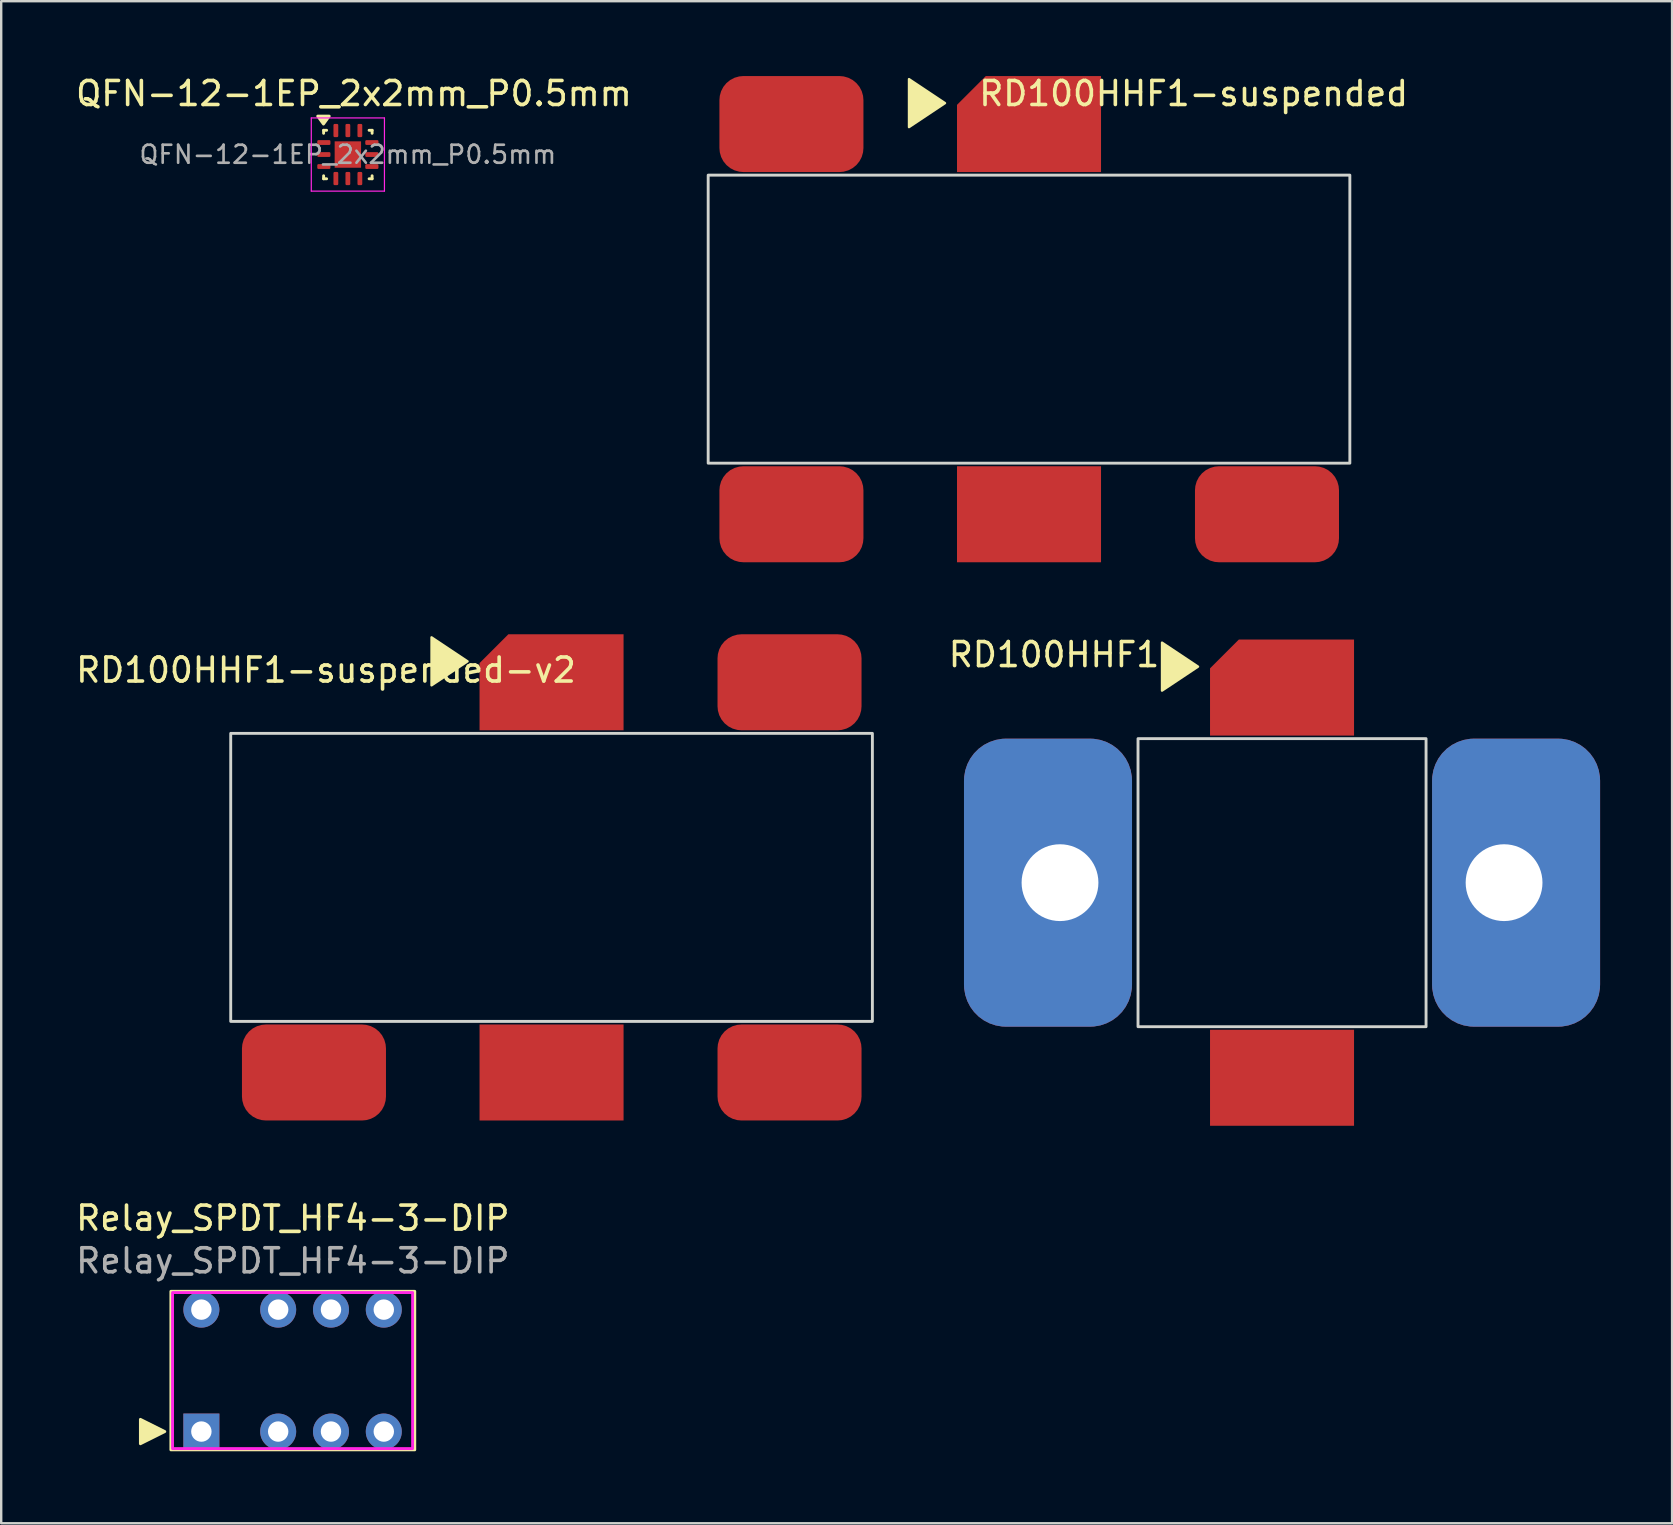
<source format=kicad_pcb>
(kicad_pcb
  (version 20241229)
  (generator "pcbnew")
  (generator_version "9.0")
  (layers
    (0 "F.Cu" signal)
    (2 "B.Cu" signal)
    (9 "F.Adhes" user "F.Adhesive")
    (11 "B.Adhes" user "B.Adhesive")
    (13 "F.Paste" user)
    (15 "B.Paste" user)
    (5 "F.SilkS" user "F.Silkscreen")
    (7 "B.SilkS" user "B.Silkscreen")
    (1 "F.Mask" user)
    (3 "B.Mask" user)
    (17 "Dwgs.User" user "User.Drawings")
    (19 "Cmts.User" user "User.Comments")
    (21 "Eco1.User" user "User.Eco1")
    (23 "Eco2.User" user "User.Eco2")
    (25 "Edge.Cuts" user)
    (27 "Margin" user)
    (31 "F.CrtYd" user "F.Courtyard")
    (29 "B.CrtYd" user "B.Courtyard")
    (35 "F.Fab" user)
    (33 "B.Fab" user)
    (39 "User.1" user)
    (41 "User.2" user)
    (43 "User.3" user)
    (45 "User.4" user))
  (footprint "RD100HHF1-suspended"
    (layer "F.Cu")
    (at 39.819 10.246)
    (property "Reference" "RD100HHF1-suspended" (at 6.858 -9.398 0) (unlocked yes) (layer "F.SilkS") (effects (font (size 1 1) (thickness 0.15))))
    (attr smd)
    (fp_poly (pts (xy -5 -10) (xy -3.5 -9) (xy -5 -8)) (stroke (width 0.1) (type solid)) (fill yes) (layer "F.SilkS"))
    (fp_rect (start -13.366 -6) (end 13.366 6) (stroke (width 0.12) (type default)) (fill no) (layer "Edge.Cuts"))
    (pad "1" smd roundrect (at 0 -8.128) (size 6 4) (layers "F.Cu" "F.Mask" "F.Paste") (roundrect_rratio 0) (chamfer_ratio 0.3) (chamfer top_left))
    (pad "2" smd roundrect (at -9.398 -8.128) (size 6 4) (drill (offset -0.5 0)) (layers "F.Cu" "F.Mask" "F.Paste") (roundrect_rratio 0.25))
    (pad "2" smd roundrect (at -9.398 8.128) (size 6 4) (drill (offset -0.5 0)) (layers "F.Cu" "F.Mask" "F.Paste") (roundrect_rratio 0.25))
    (pad "2" smd roundrect (at 10.414 8.128) (size 6 4) (drill (offset -0.5 0)) (layers "F.Cu" "F.Mask" "F.Paste") (roundrect_rratio 0.25))
    (pad "3" smd rect (at 0 8.128) (size 6 4) (layers "F.Cu" "F.Mask" "F.Paste")))
  (footprint "RD100HHF1"
    (layer "F.Cu")
    (at 50.36 33.722)
    (property "Reference" "RD100HHF1" (at -9.5 -9.5 0) (unlocked yes) (layer "F.SilkS") (effects (font (size 1 1) (thickness 0.15))))
    (attr smd)
    (fp_poly (pts (xy -5 -10) (xy -3.5 -9) (xy -5 -8)) (stroke (width 0.1) (type solid)) (fill yes) (layer "F.SilkS"))
    (fp_rect (start -6 -6) (end 6 6) (stroke (width 0.12) (type default)) (fill no) (layer "Edge.Cuts"))
    (pad "1" smd roundrect (at 0 -8.128) (size 6 4) (layers "F.Cu" "F.Mask" "F.Paste") (roundrect_rratio 0) (chamfer_ratio 0.3) (chamfer top_left))
    (pad "2" thru_hole roundrect (at -9.25 0) (size 7 12) (drill 3.2 (offset -0.5 0)) (layers "*.Cu" "*.Mask") (roundrect_rratio 0.25))
    (pad "2" thru_hole roundrect (at 9.25 0 180) (size 7 12) (drill 3.2 (offset -0.5 0)) (layers "*.Cu" "*.Mask") (roundrect_rratio 0.25))
    (pad "3" smd rect (at 0 8.128) (size 6 4) (layers "F.Cu" "F.Mask" "F.Paste")))
  (footprint "RD100HHF1-suspended-v2"
    (layer "F.Cu")
    (at 19.928 33.502)
    (property "Reference" "RD100HHF1-suspended-v2" (at -9.398 -8.636 0) (unlocked yes) (layer "F.SilkS") (effects (font (size 1 1) (thickness 0.15))))
    (attr smd)
    (fp_poly (pts (xy -5 -10) (xy -3.5 -9) (xy -5 -8)) (stroke (width 0.1) (type solid)) (fill yes) (layer "F.SilkS"))
    (fp_rect (start -13.366 -6) (end 13.366 6) (stroke (width 0.12) (type default)) (fill no) (layer "Edge.Cuts"))
    (pad "1" smd roundrect (at 0 -8.128) (size 6 4) (layers "F.Cu" "F.Mask" "F.Paste") (roundrect_rratio 0) (chamfer_ratio 0.3) (chamfer top_left))
    (pad "2" smd roundrect (at -9.398 8.128) (size 6 4) (drill (offset -0.5 0)) (layers "F.Cu" "F.Mask" "F.Paste") (roundrect_rratio 0.25))
    (pad "2" smd roundrect (at 10.414 -8.128) (size 6 4) (drill (offset -0.5 0)) (layers "F.Cu" "F.Mask" "F.Paste") (roundrect_rratio 0.25))
    (pad "2" smd roundrect (at 10.414 8.128) (size 6 4) (drill (offset -0.5 0)) (layers "F.Cu" "F.Mask" "F.Paste") (roundrect_rratio 0.25))
    (pad "3" smd rect (at 0 8.128) (size 6 4) (layers "F.Cu" "F.Mask" "F.Paste")))
  (footprint "QFN-12-1EP_2x2mm_P0.5mm"
    (layer "F.Cu")
    (at 11.442 3.388)
    (property "Reference" "QFN-12-1EP_2x2mm_P0.5mm" (at 0.254 -2.54 0) (layer "F.SilkS") (effects (font (size 1 1) (thickness 0.15))))
    (attr smd)
    (fp_line (start -1.01 -1.01) (end -1.01 -0.885) (stroke (width 0.12) (type solid)) (layer "F.SilkS"))
    (fp_line (start -1.01 -1.01) (end -0.885 -1.01) (stroke (width 0.12) (type solid)) (layer "F.SilkS"))
    (fp_line (start -1.01 1.01) (end -1.01 0.885) (stroke (width 0.12) (type solid)) (layer "F.SilkS"))
    (fp_line (start -0.885 1.01) (end -1.01 1.01) (stroke (width 0.12) (type solid)) (layer "F.SilkS"))
    (fp_line (start 0.885 -1.01) (end 1.01 -1.01) (stroke (width 0.12) (type solid)) (layer "F.SilkS"))
    (fp_line (start 0.885 1.01) (end 1.01 1.01) (stroke (width 0.12) (type solid)) (layer "F.SilkS"))
    (fp_line (start 1.01 -1.01) (end 1.01 -0.885) (stroke (width 0.12) (type solid)) (layer "F.SilkS"))
    (fp_line (start 1.01 1.01) (end 1.01 0.885) (stroke (width 0.12) (type solid)) (layer "F.SilkS"))
    (fp_poly (pts (xy -1.016 -1.27) (xy -1.256 -1.6) (xy -0.776 -1.6) (xy -1.016 -1.27)) (stroke (width 0.12) (type solid)) (fill yes) (layer "F.SilkS"))
    (fp_line (start -1.524 -1.524) (end -1.524 1.524) (stroke (width 0.05) (type solid)) (layer "F.CrtYd"))
    (fp_line (start -1.524 1.524) (end 1.524 1.524) (stroke (width 0.05) (type solid)) (layer "F.CrtYd"))
    (fp_line (start 1.524 -1.524) (end -1.524 -1.524) (stroke (width 0.05) (type solid)) (layer "F.CrtYd"))
    (fp_line (start 1.524 1.524) (end 1.524 -1.524) (stroke (width 0.05) (type solid)) (layer "F.CrtYd"))
    (fp_text user "${REFERENCE}" (at 0 0 0) (layer "F.Fab") (effects (font (size 0.75 0.75) (thickness 0.11))))
    (pad "1" smd roundrect (at -1 -0.5) (size 0.55 0.2) (layers "F.Cu" "F.Mask" "F.Paste") (roundrect_rratio 0.25))
    (pad "2" smd roundrect (at -1 0) (size 0.55 0.2) (layers "F.Cu" "F.Mask" "F.Paste") (roundrect_rratio 0.25))
    (pad "3" smd roundrect (at -1 0.5) (size 0.55 0.2) (layers "F.Cu" "F.Mask" "F.Paste") (roundrect_rratio 0.25))
    (pad "4" smd roundrect (at -0.5 1) (size 0.2 0.55) (layers "F.Cu" "F.Mask" "F.Paste") (roundrect_rratio 0.25))
    (pad "5" smd roundrect (at 0 1) (size 0.2 0.55) (layers "F.Cu" "F.Mask" "F.Paste") (roundrect_rratio 0.25))
    (pad "6" smd roundrect (at 0.5 1) (size 0.2 0.55) (layers "F.Cu" "F.Mask" "F.Paste") (roundrect_rratio 0.25))
    (pad "7" smd roundrect (at 1 0.5) (size 0.55 0.2) (layers "F.Cu" "F.Mask" "F.Paste") (roundrect_rratio 0.25))
    (pad "8" smd roundrect (at 1 0) (size 0.55 0.2) (layers "F.Cu" "F.Mask" "F.Paste") (roundrect_rratio 0.25))
    (pad "9" smd roundrect (at 1 -0.5) (size 0.55 0.2) (layers "F.Cu" "F.Mask" "F.Paste") (roundrect_rratio 0.25))
    (pad "10" smd roundrect (at 0.5 -1) (size 0.2 0.55) (layers "F.Cu" "F.Mask" "F.Paste") (roundrect_rratio 0.25))
    (pad "11" smd roundrect (at 0 -1) (size 0.2 0.55) (layers "F.Cu" "F.Mask" "F.Paste") (roundrect_rratio 0.25))
    (pad "12" smd roundrect (at -0.5 -1) (size 0.2 0.55) (layers "F.Cu" "F.Mask" "F.Paste") (roundrect_rratio 0.25))
    (pad "13" smd rect (at 0 0) (size 1.1 1.1) (property pad_prop_heatsink) (layers "F.Cu" "F.Mask")))
  (footprint "Relay_SPDT_HF4-3-DIP"
    (layer "F.Cu")
    (at 5.339 51.509)
    (property "Reference" "Relay_SPDT_HF4-3-DIP" (at 3.81 -3.81 0) (layer "F.SilkS") (effects (font (size 1 1) (thickness 0.15))))
    (attr through_hole)
    (fp_rect (start 8.89 -0.762) (end -1.27 5.842) (stroke (width 0.12) (type default)) (fill no) (layer "F.SilkS"))
    (fp_poly (pts (xy -1.524 5.08) (xy -2.54 4.572) (xy -2.54 5.588)) (stroke (width 0.12) (type solid)) (fill yes) (layer "F.SilkS"))
    (fp_rect (start -1.2 -0.71) (end 8.8 5.79) (stroke (width 0.12) (type default)) (fill no) (layer "F.CrtYd"))
    (fp_text user "${REFERENCE}" (at 3.81 -2.032 180) (layer "F.Fab") (effects (font (size 1 1) (thickness 0.15))))
    (pad "1" thru_hole rect (at 0 5.08 90) (size 1.5 1.5) (drill 0.85) (layers "*.Cu" "*.Mask"))
    (pad "2" thru_hole circle (at 3.2 5.08 90) (size 1.5 1.5) (drill 0.85) (layers "*.Cu" "*.Mask"))
    (pad "3" thru_hole circle (at 5.4 5.08 90) (size 1.5 1.5) (drill 0.85) (layers "*.Cu" "*.Mask"))
    (pad "4" thru_hole circle (at 7.6 5.08 90) (size 1.5 1.5) (drill 0.85) (layers "*.Cu" "*.Mask"))
    (pad "5" thru_hole circle (at 7.6 0 90) (size 1.5 1.5) (drill 0.85) (layers "*.Cu" "*.Mask"))
    (pad "6" thru_hole circle (at 5.4 0 90) (size 1.5 1.5) (drill 0.85) (layers "*.Cu" "*.Mask"))
    (pad "7" thru_hole circle (at 3.2 0 90) (size 1.5 1.5) (drill 0.85) (layers "*.Cu" "*.Mask"))
    (pad "8" thru_hole circle (at 0 0 90) (size 1.5 1.5) (drill 0.85) (layers "*.Cu" "*.Mask")))
  (gr_rect
    (start -3 -3)
    (end 66.61 60.411)
    (stroke (width 0.1) (type default))
    (fill no)
    (layer "Edge.Cuts")))
</source>
